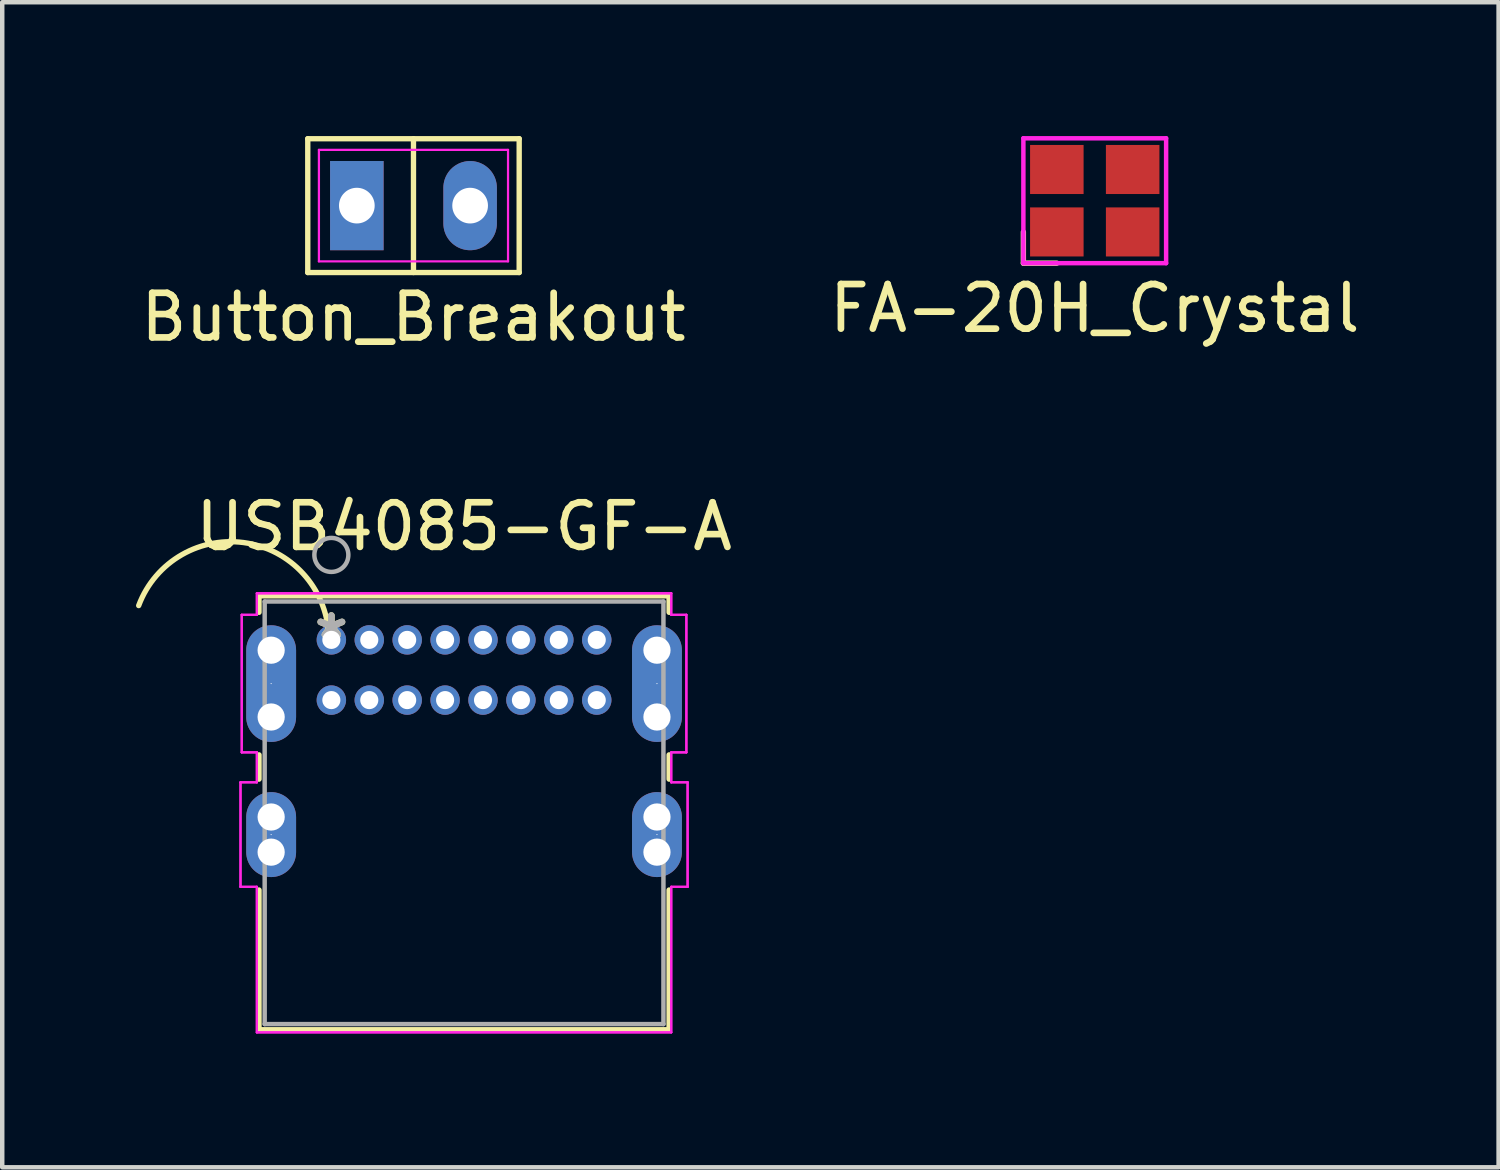
<source format=kicad_pcb>
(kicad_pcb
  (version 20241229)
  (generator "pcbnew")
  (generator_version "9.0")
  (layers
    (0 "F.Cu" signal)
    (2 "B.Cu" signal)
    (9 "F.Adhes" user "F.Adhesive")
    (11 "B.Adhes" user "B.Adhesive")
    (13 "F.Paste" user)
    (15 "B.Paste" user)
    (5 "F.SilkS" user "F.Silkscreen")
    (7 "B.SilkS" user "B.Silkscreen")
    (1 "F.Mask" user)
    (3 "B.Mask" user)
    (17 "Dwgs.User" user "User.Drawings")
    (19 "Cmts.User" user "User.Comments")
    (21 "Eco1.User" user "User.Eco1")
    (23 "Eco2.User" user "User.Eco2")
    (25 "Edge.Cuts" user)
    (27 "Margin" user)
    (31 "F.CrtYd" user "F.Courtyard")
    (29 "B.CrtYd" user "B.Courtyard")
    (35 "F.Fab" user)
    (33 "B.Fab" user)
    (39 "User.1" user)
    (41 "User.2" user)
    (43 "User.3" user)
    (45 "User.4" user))
  (footprint "USB4085-GF-A"
    (layer "F.Cu")
    (at 4.379 11.296)
    (property "Reference" "USB4085-GF-A" (at 2.975 -2.54 0) (layer "F.SilkS") (effects (font (size 1 1) (thickness 0.15))))
    (attr through_hole)
    (fp_line (start -1.622 -0.987) (end -1.622 -0.618) (stroke (width 0.12) (type solid)) (layer "F.SilkS"))
    (fp_line (start -1.622 2.578) (end -1.622 3.122) (stroke (width 0.12) (type solid)) (layer "F.SilkS"))
    (fp_line (start -1.622 5.608) (end -1.622 8.741) (stroke (width 0.12) (type solid)) (layer "F.SilkS"))
    (fp_line (start -1.622 8.741) (end 7.572 8.741) (stroke (width 0.12) (type solid)) (layer "F.SilkS"))
    (fp_line (start 7.572 -0.987) (end -1.622 -0.987) (stroke (width 0.12) (type solid)) (layer "F.SilkS"))
    (fp_line (start 7.572 -0.618) (end 7.572 -0.987) (stroke (width 0.12) (type solid)) (layer "F.SilkS"))
    (fp_line (start 7.572 3.122) (end 7.572 2.578) (stroke (width 0.12) (type solid)) (layer "F.SilkS"))
    (fp_line (start 7.572 8.741) (end 7.572 5.608) (stroke (width 0.12) (type solid)) (layer "F.SilkS"))
    (fp_arc (start -4.319378 -0.769356) (mid -1.871255 -2.166692) (end -0.056589 -0.009648) (stroke (width 0.12) (type solid)) (layer "F.SilkS"))
    (fp_line (start -2.037 3.193) (end -2.037 5.537) (stroke (width 0.05) (type solid)) (layer "F.CrtYd"))
    (fp_line (start -2.037 3.193) (end -2.037 5.537) (stroke (width 0.05) (type solid)) (layer "F.CrtYd"))
    (fp_line (start -2.037 5.537) (end -1.67 5.537) (stroke (width 0.05) (type solid)) (layer "F.CrtYd"))
    (fp_line (start -2.037 5.537) (end -1.67 5.537) (stroke (width 0.05) (type solid)) (layer "F.CrtYd"))
    (fp_line (start -2.009 -0.562) (end -2.009 2.522) (stroke (width 0.05) (type solid)) (layer "F.CrtYd"))
    (fp_line (start -2.009 -0.562) (end -2.009 2.522) (stroke (width 0.05) (type solid)) (layer "F.CrtYd"))
    (fp_line (start -2.009 2.522) (end -1.67 2.522) (stroke (width 0.05) (type solid)) (layer "F.CrtYd"))
    (fp_line (start -2.009 2.522) (end -1.67 2.522) (stroke (width 0.05) (type solid)) (layer "F.CrtYd"))
    (fp_line (start -1.67 2.522) (end -1.67 3.193) (stroke (width 0.05) (type solid)) (layer "F.CrtYd"))
    (fp_line (start -1.67 2.522) (end -1.67 3.193) (stroke (width 0.05) (type solid)) (layer "F.CrtYd"))
    (fp_line (start -1.67 3.193) (end -2.037 3.193) (stroke (width 0.05) (type solid)) (layer "F.CrtYd"))
    (fp_line (start -1.67 3.193) (end -2.037 3.193) (stroke (width 0.05) (type solid)) (layer "F.CrtYd"))
    (fp_line (start -1.67 5.537) (end -1.67 8.799) (stroke (width 0.05) (type solid)) (layer "F.CrtYd"))
    (fp_line (start -1.67 5.537) (end -1.67 8.799) (stroke (width 0.05) (type solid)) (layer "F.CrtYd"))
    (fp_line (start -1.67 8.799) (end 7.62 8.799) (stroke (width 0.05) (type solid)) (layer "F.CrtYd"))
    (fp_line (start -1.67 8.799) (end 7.62 8.799) (stroke (width 0.05) (type solid)) (layer "F.CrtYd"))
    (fp_line (start -1.67 -1.045) (end -1.67 -0.562) (stroke (width 0.05) (type solid)) (layer "F.CrtYd"))
    (fp_line (start -1.67 -1.045) (end -1.67 -0.562) (stroke (width 0.05) (type solid)) (layer "F.CrtYd"))
    (fp_line (start -1.67 -0.562) (end -2.009 -0.562) (stroke (width 0.05) (type solid)) (layer "F.CrtYd"))
    (fp_line (start -1.67 -0.562) (end -2.009 -0.562) (stroke (width 0.05) (type solid)) (layer "F.CrtYd"))
    (fp_line (start 7.62 5.537) (end 7.987 5.537) (stroke (width 0.05) (type solid)) (layer "F.CrtYd"))
    (fp_line (start 7.62 5.537) (end 7.987 5.537) (stroke (width 0.05) (type solid)) (layer "F.CrtYd"))
    (fp_line (start 7.62 8.799) (end 7.62 5.537) (stroke (width 0.05) (type solid)) (layer "F.CrtYd"))
    (fp_line (start 7.62 8.799) (end 7.62 5.537) (stroke (width 0.05) (type solid)) (layer "F.CrtYd"))
    (fp_line (start 7.62 -0.562) (end 7.62 -1.045) (stroke (width 0.05) (type solid)) (layer "F.CrtYd"))
    (fp_line (start 7.62 -0.562) (end 7.62 -1.045) (stroke (width 0.05) (type solid)) (layer "F.CrtYd"))
    (fp_line (start 7.62 2.522) (end 7.959 2.522) (stroke (width 0.05) (type solid)) (layer "F.CrtYd"))
    (fp_line (start 7.62 2.522) (end 7.959 2.522) (stroke (width 0.05) (type solid)) (layer "F.CrtYd"))
    (fp_line (start 7.62 3.193) (end 7.62 2.522) (stroke (width 0.05) (type solid)) (layer "F.CrtYd"))
    (fp_line (start 7.62 3.193) (end 7.62 2.522) (stroke (width 0.05) (type solid)) (layer "F.CrtYd"))
    (fp_line (start 7.62 -1.045) (end -1.67 -1.045) (stroke (width 0.05) (type solid)) (layer "F.CrtYd"))
    (fp_line (start 7.62 -1.045) (end -1.67 -1.045) (stroke (width 0.05) (type solid)) (layer "F.CrtYd"))
    (fp_line (start 7.959 -0.562) (end 7.62 -0.562) (stroke (width 0.05) (type solid)) (layer "F.CrtYd"))
    (fp_line (start 7.959 -0.562) (end 7.62 -0.562) (stroke (width 0.05) (type solid)) (layer "F.CrtYd"))
    (fp_line (start 7.959 2.522) (end 7.959 -0.562) (stroke (width 0.05) (type solid)) (layer "F.CrtYd"))
    (fp_line (start 7.959 2.522) (end 7.959 -0.562) (stroke (width 0.05) (type solid)) (layer "F.CrtYd"))
    (fp_line (start 7.987 3.193) (end 7.62 3.193) (stroke (width 0.05) (type solid)) (layer "F.CrtYd"))
    (fp_line (start 7.987 3.193) (end 7.62 3.193) (stroke (width 0.05) (type solid)) (layer "F.CrtYd"))
    (fp_line (start 7.987 5.537) (end 7.987 3.193) (stroke (width 0.05) (type solid)) (layer "F.CrtYd"))
    (fp_line (start 7.987 5.537) (end 7.987 3.193) (stroke (width 0.05) (type solid)) (layer "F.CrtYd"))
    (fp_line (start -1.495 -0.86) (end -1.495 8.614) (stroke (width 0.1) (type solid)) (layer "F.Fab"))
    (fp_line (start -1.495 8.614) (end 7.445 8.614) (stroke (width 0.1) (type solid)) (layer "F.Fab"))
    (fp_line (start 7.445 -0.86) (end -1.495 -0.86) (stroke (width 0.1) (type solid)) (layer "F.Fab"))
    (fp_line (start 7.445 8.614) (end 7.445 -0.86) (stroke (width 0.1) (type solid)) (layer "F.Fab"))
    (fp_circle (center 0 -1.905) (end 0.381 -1.905) (stroke (width 0.1) (type solid)) (fill no) (layer "F.Fab"))
    (fp_text user "*" (at 0 0 0) (layer "F.SilkS") (effects (font (size 1 1) (thickness 0.15))))
    (fp_text user "*" (at 0 0 0) (layer "F.Fab") (effects (font (size 1 1) (thickness 0.15))))
    (pad "" np_thru_hole circle (at -1.35 0.231) (size 0.61 0.61) (drill 0.61) (layers "*.Cu" "*.Mask"))
    (pad "" np_thru_hole circle (at -1.35 1.729) (size 0.61 0.61) (drill 0.61) (layers "*.Cu" "*.Mask"))
    (pad "" np_thru_hole circle (at -1.35 3.971) (size 0.61 0.61) (drill 0.61) (layers "*.Cu" "*.Mask"))
    (pad "" np_thru_hole circle (at -1.35 4.759) (size 0.61 0.61) (drill 0.61) (layers "*.Cu" "*.Mask"))
    (pad "" np_thru_hole circle (at 7.3 0.231) (size 0.61 0.61) (drill 0.61) (layers "*.Cu" "*.Mask"))
    (pad "" np_thru_hole circle (at 7.3 1.729) (size 0.61 0.61) (drill 0.61) (layers "*.Cu" "*.Mask"))
    (pad "" np_thru_hole circle (at 7.3 3.971) (size 0.61 0.61) (drill 0.61) (layers "*.Cu" "*.Mask"))
    (pad "" np_thru_hole circle (at 7.3 4.759) (size 0.61 0.61) (drill 0.61) (layers "*.Cu" "*.Mask"))
    (pad "A1" thru_hole circle (at 0 0) (size 0.66 0.66) (drill 0.406) (layers "*.Cu" "*.Mask"))
    (pad "A4" thru_hole circle (at 0.85 0) (size 0.66 0.66) (drill 0.406) (layers "*.Cu" "*.Mask"))
    (pad "A5" thru_hole circle (at 1.7 0) (size 0.66 0.66) (drill 0.406) (layers "*.Cu" "*.Mask"))
    (pad "A6" thru_hole circle (at 2.55 0) (size 0.66 0.66) (drill 0.406) (layers "*.Cu" "*.Mask"))
    (pad "A7" thru_hole circle (at 3.4 0) (size 0.66 0.66) (drill 0.406) (layers "*.Cu" "*.Mask"))
    (pad "A8" thru_hole circle (at 4.25 0) (size 0.66 0.66) (drill 0.406) (layers "*.Cu" "*.Mask"))
    (pad "A9" thru_hole circle (at 5.1 0) (size 0.66 0.66) (drill 0.406) (layers "*.Cu" "*.Mask"))
    (pad "A12" thru_hole circle (at 5.95 0) (size 0.66 0.66) (drill 0.406) (layers "*.Cu" "*.Mask"))
    (pad "B1" thru_hole circle (at 5.95 1.35) (size 0.66 0.66) (drill 0.406) (layers "*.Cu" "*.Mask"))
    (pad "B4" thru_hole circle (at 5.1 1.35) (size 0.66 0.66) (drill 0.406) (layers "*.Cu" "*.Mask"))
    (pad "B5" thru_hole circle (at 4.25 1.35) (size 0.66 0.66) (drill 0.406) (layers "*.Cu" "*.Mask"))
    (pad "B6" thru_hole circle (at 3.4 1.35) (size 0.66 0.66) (drill 0.406) (layers "*.Cu" "*.Mask"))
    (pad "B7" thru_hole circle (at 2.55 1.35) (size 0.66 0.66) (drill 0.406) (layers "*.Cu" "*.Mask"))
    (pad "B8" thru_hole circle (at 1.7 1.35) (size 0.66 0.66) (drill 0.406) (layers "*.Cu" "*.Mask"))
    (pad "B9" thru_hole circle (at 0.85 1.35) (size 0.66 0.66) (drill 0.406) (layers "*.Cu" "*.Mask"))
    (pad "B12" thru_hole circle (at 0 1.35) (size 0.66 0.66) (drill 0.406) (layers "*.Cu" "*.Mask"))
    (pad "S1" thru_hole oval (at -1.35 0.98 90) (size 2.616 1.118) (drill 0.025) (layers "*.Cu" "*.Mask"))
    (pad "S1" thru_hole oval (at -1.35 4.365 90) (size 1.905 1.118) (drill 0.025) (layers "*.Cu" "*.Mask"))
    (pad "S1" thru_hole oval (at 7.3 0.98 90) (size 2.616 1.118) (drill 0.025) (layers "*.Cu" "*.Mask"))
    (pad "S1" thru_hole oval (at 7.3 4.365 90) (size 1.905 1.118) (drill 0.025) (layers "*.Cu" "*.Mask")))
  (footprint "FA-20H_Crystal"
    (layer "F.Cu")
    (at 21.494 1.45)
    (property "Reference" "FA-20H_Crystal" (at 0 2.413 0) (layer "F.SilkS") (effects (font (size 1 1) (thickness 0.15))))
    (attr through_hole)
    (fp_line (start -1.6 0.7) (end -1.6 1.4) (stroke (width 0.12) (type solid)) (layer "F.SilkS"))
    (fp_line (start -1.6 1.4) (end -0.85 1.4) (stroke (width 0.12) (type solid)) (layer "F.SilkS"))
    (fp_line (start -1.6 -1.4) (end 1.6 -1.4) (stroke (width 0.1) (type solid)) (layer "F.CrtYd"))
    (fp_line (start -1.6 1.4) (end -1.6 -1.4) (stroke (width 0.1) (type solid)) (layer "F.CrtYd"))
    (fp_line (start 1.6 -1.4) (end 1.6 1.4) (stroke (width 0.1) (type solid)) (layer "F.CrtYd"))
    (fp_line (start 1.6 1.4) (end -1.6 1.4) (stroke (width 0.1) (type solid)) (layer "F.CrtYd"))
    (pad "1" smd rect (at -0.85 0.7) (size 1.2 1.1) (layers "F.Cu" "F.Mask" "F.Paste"))
    (pad "2" smd rect (at 0.85 0.7) (size 1.2 1.1) (layers "F.Cu" "F.Mask" "F.Paste"))
    (pad "3" smd rect (at 0.85 -0.7) (size 1.2 1.1) (layers "F.Cu" "F.Mask" "F.Paste"))
    (pad "4" smd rect (at -0.85 -0.7) (size 1.2 1.1) (layers "F.Cu" "F.Mask" "F.Paste")))
  (footprint "Button_Breakout"
    (layer "F.Cu")
    (at 6.22 1.56)
    (property "Reference" "Button_Breakout" (at 0 2.5 0) (layer "F.SilkS") (effects (font (size 1 1) (thickness 0.15))))
    (attr through_hole)
    (fp_line (start -2.37 -1.5) (end 2.37 -1.5) (stroke (width 0.12) (type solid)) (layer "F.SilkS"))
    (fp_line (start -2.37 1.5) (end -2.37 -1.5) (stroke (width 0.12) (type solid)) (layer "F.SilkS"))
    (fp_line (start 0 -1.5) (end 0 1.5) (stroke (width 0.12) (type solid)) (layer "F.SilkS"))
    (fp_line (start 2.37 -1.5) (end 2.37 1.5) (stroke (width 0.12) (type solid)) (layer "F.SilkS"))
    (fp_line (start 2.37 1.5) (end -2.37 1.5) (stroke (width 0.12) (type solid)) (layer "F.SilkS"))
    (fp_line (start -2.12 -1.25) (end 2.12 -1.25) (stroke (width 0.05) (type solid)) (layer "F.CrtYd"))
    (fp_line (start -2.12 1.25) (end -2.12 -1.25) (stroke (width 0.05) (type solid)) (layer "F.CrtYd"))
    (fp_line (start 2.12 -1.25) (end 2.12 1.25) (stroke (width 0.05) (type solid)) (layer "F.CrtYd"))
    (fp_line (start 2.12 1.25) (end -2.12 1.25) (stroke (width 0.05) (type solid)) (layer "F.CrtYd"))
    (pad "1" thru_hole rect (at -1.27 0) (size 1.2 2) (drill 0.8) (layers "*.Cu" "*.Mask"))
    (pad "2" thru_hole oval (at 1.27 0) (size 1.2 2) (drill 0.8) (layers "*.Cu" "*.Mask")))
  (gr_rect
    (start -3 -3)
    (end 30.548 23.12)
    (stroke (width 0.1) (type default))
    (fill no)
    (layer "Edge.Cuts")))
</source>
